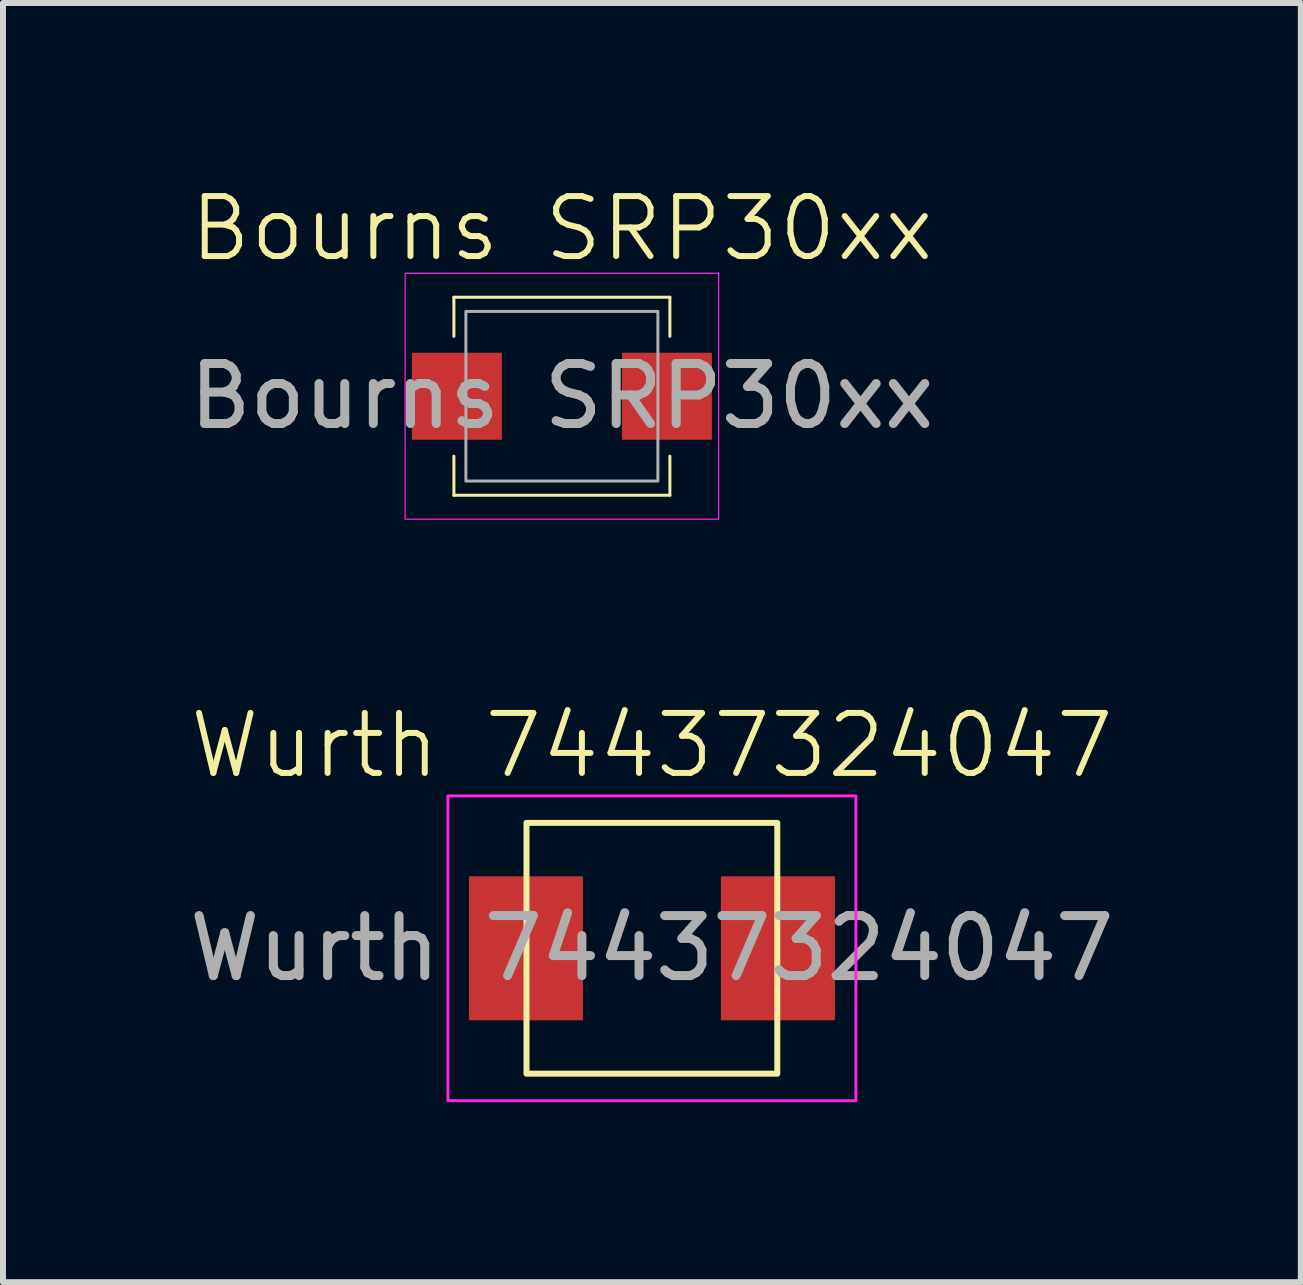
<source format=kicad_pcb>
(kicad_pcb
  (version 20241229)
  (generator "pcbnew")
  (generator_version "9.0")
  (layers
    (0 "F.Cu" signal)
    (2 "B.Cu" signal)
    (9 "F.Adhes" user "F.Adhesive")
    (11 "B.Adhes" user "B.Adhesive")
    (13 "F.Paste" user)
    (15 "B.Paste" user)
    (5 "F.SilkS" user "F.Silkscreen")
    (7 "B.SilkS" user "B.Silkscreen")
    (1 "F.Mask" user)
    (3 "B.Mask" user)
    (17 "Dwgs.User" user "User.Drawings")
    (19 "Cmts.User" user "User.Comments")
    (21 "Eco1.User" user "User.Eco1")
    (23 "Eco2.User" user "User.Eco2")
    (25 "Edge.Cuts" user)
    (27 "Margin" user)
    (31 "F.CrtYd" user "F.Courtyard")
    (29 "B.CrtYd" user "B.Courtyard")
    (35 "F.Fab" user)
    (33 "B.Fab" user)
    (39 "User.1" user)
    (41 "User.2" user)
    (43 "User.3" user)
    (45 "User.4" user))
  (footprint "Bourns SRP30xx"
    (layer "F.Cu")
    (at 6.315 3.554)
    (property "Reference" "Bourns SRP30xx" (at 0 -2.794 0) (unlocked yes) (layer "F.SilkS") (effects (font (size 1 1) (thickness 0.1))))
    (attr smd)
    (fp_line (start -1.8 -1.65) (end -1.8 -1) (stroke (width 0.05) (type default)) (layer "F.SilkS"))
    (fp_line (start -1.8 1.65) (end -1.8 1) (stroke (width 0.05) (type default)) (layer "F.SilkS"))
    (fp_line (start -1.8 1.65) (end 1.8 1.65) (stroke (width 0.05) (type default)) (layer "F.SilkS"))
    (fp_line (start 1.8 -1.65) (end -1.8 -1.65) (stroke (width 0.05) (type default)) (layer "F.SilkS"))
    (fp_line (start 1.8 -1.65) (end 1.8 -1) (stroke (width 0.05) (type default)) (layer "F.SilkS"))
    (fp_line (start 1.8 1.65) (end 1.8 1) (stroke (width 0.05) (type default)) (layer "F.SilkS"))
    (fp_rect (start -2.612 -2.05) (end 2.612 2.05) (stroke (width 0.02) (type default)) (fill no) (layer "F.CrtYd"))
    (fp_rect (start -1.6 -1.413) (end 1.6 1.413) (stroke (width 0.05) (type default)) (fill no) (layer "F.Fab"))
    (fp_text user "${REFERENCE}" (at 0 0 0) (unlocked yes) (layer "F.Fab") (effects (font (size 1 1) (thickness 0.15))))
    (pad "1" smd rect (at -1.75 0) (size 1.5 1.45) (layers "F.Cu" "F.Mask" "F.Paste"))
    (pad "2" smd rect (at 1.75 0) (size 1.5 1.45) (layers "F.Cu" "F.Mask" "F.Paste")))
  (footprint "Wurth 74437324047"
    (layer "F.Cu")
    (at 7.815 12.755)
    (property "Reference" "Wurth 74437324047" (at 0 -3.38 0) (unlocked yes) (layer "F.SilkS") (effects (font (size 1 1) (thickness 0.1))))
    (attr smd)
    (fp_rect (start -2.09 -2.09) (end 2.09 2.09) (stroke (width 0.1) (type default)) (fill no) (layer "F.SilkS"))
    (fp_rect (start -3.4 -2.54) (end 3.4 2.54) (stroke (width 0.05) (type default)) (fill no) (layer "F.CrtYd"))
    (fp_text user "${REFERENCE}" (at 0 0 0) (unlocked yes) (layer "F.Fab") (effects (font (size 1 1) (thickness 0.15))))
    (pad "1" smd rect (at -2.1 0 180) (size 1.9 2.4) (layers "F.Cu" "F.Mask" "F.Paste"))
    (pad "2" smd rect (at 2.1 0 180) (size 1.9 2.4) (layers "F.Cu" "F.Mask" "F.Paste")))
  (gr_rect
    (start -3 -3)
    (end 18.631 18.32)
    (stroke (width 0.1) (type default))
    (fill no)
    (layer "Edge.Cuts")))
</source>
